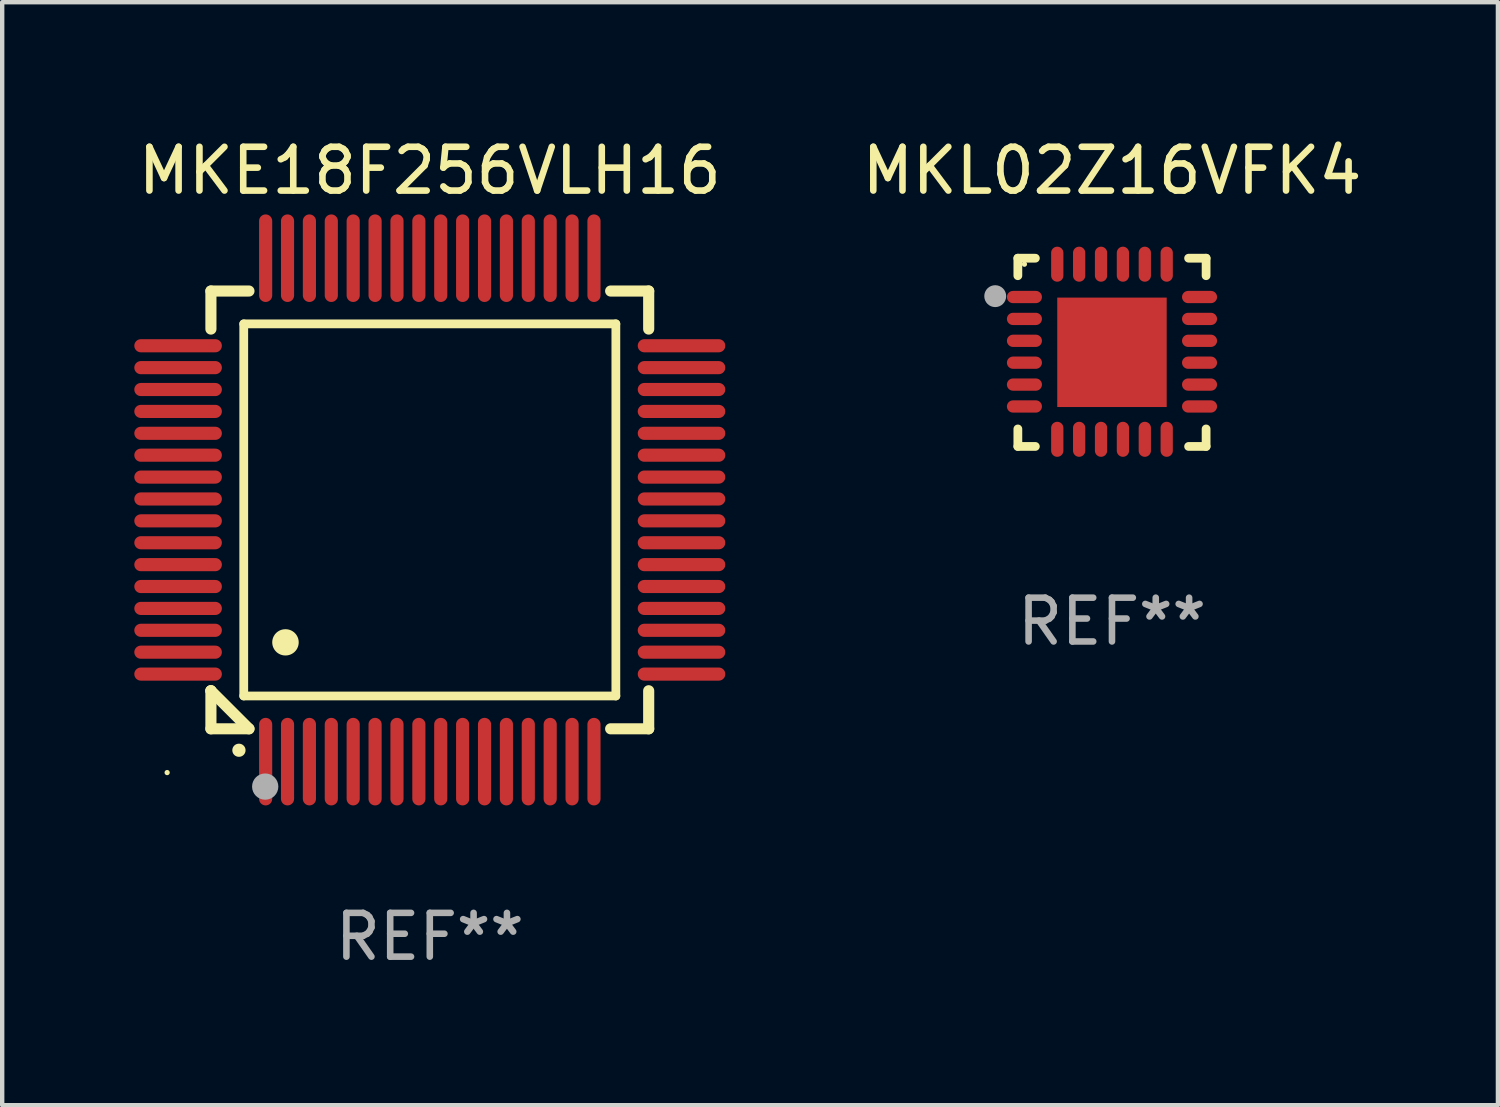
<source format=kicad_pcb>
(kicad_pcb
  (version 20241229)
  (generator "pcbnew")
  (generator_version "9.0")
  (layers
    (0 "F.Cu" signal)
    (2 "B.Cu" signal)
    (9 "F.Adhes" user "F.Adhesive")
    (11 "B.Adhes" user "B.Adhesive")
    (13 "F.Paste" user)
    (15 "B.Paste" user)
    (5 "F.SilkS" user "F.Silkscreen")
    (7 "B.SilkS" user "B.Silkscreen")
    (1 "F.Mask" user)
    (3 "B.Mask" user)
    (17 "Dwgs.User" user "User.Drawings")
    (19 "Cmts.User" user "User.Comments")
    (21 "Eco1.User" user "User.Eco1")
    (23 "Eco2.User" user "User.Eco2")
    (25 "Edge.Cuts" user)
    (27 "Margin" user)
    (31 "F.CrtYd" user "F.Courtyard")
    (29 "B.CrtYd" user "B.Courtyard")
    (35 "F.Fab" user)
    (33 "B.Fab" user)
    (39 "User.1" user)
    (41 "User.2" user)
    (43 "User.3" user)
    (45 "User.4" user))
  (footprint "MKL02Z16VFK4"
    (layer "F.Cu")
    (at 22.351 4.998)
    (property "Reference" "MKL02Z16VFK4" (at 0 -4.15 0) (layer "F.SilkS") (effects (font (size 1 1) (thickness 0.15))))
    (attr through_hole)
    (fp_line (start -2.15 -2.15) (end -1.75 -2.15) (stroke (width 0.2) (type solid)) (layer "F.SilkS"))
    (fp_line (start -2.15 -1.75) (end -2.15 -2.15) (stroke (width 0.2) (type solid)) (layer "F.SilkS"))
    (fp_line (start -2.15 2.15) (end -2.15 1.75) (stroke (width 0.2) (type solid)) (layer "F.SilkS"))
    (fp_line (start -1.75 2.15) (end -2.15 2.15) (stroke (width 0.2) (type solid)) (layer "F.SilkS"))
    (fp_line (start 1.75 -2.15) (end 2.15 -2.15) (stroke (width 0.2) (type solid)) (layer "F.SilkS"))
    (fp_line (start 1.75 2.15) (end 2.15 2.15) (stroke (width 0.2) (type solid)) (layer "F.SilkS"))
    (fp_line (start 2.15 -2.15) (end 2.15 -1.75) (stroke (width 0.2) (type solid)) (layer "F.SilkS"))
    (fp_line (start 2.15 2.15) (end 2.15 1.75) (stroke (width 0.2) (type solid)) (layer "F.SilkS"))
    (fp_circle (center -2 -2.013) (end -1.97 -2.013) (stroke (width 0.06) (type solid)) (fill no) (layer "F.SilkS"))
    (fp_circle (center -2.667 -1.283) (end -2.542 -1.283) (stroke (width 0.25) (type solid)) (fill no) (layer "F.Fab"))
    (fp_text user "REF**" (at 0 6.15 0) (layer "F.Fab") (effects (font (size 1 1) (thickness 0.15))))
    (pad "1" smd oval (at -2 -1.263) (size 0.8 0.28) (layers "F.Cu" "F.Mask" "F.Paste"))
    (pad "2" smd oval (at -2 -0.763) (size 0.8 0.28) (layers "F.Cu" "F.Mask" "F.Paste"))
    (pad "3" smd oval (at -2 -0.263) (size 0.8 0.28) (layers "F.Cu" "F.Mask" "F.Paste"))
    (pad "4" smd oval (at -2 0.237) (size 0.8 0.28) (layers "F.Cu" "F.Mask" "F.Paste"))
    (pad "5" smd oval (at -2 0.737) (size 0.8 0.28) (layers "F.Cu" "F.Mask" "F.Paste"))
    (pad "6" smd oval (at -2 1.237) (size 0.8 0.28) (layers "F.Cu" "F.Mask" "F.Paste"))
    (pad "7" smd oval (at -1.25 1.987) (size 0.28 0.8) (layers "F.Cu" "F.Mask" "F.Paste"))
    (pad "8" smd oval (at -0.75 1.987) (size 0.28 0.8) (layers "F.Cu" "F.Mask" "F.Paste"))
    (pad "9" smd oval (at -0.25 1.987) (size 0.28 0.8) (layers "F.Cu" "F.Mask" "F.Paste"))
    (pad "10" smd oval (at 0.25 1.987) (size 0.28 0.8) (layers "F.Cu" "F.Mask" "F.Paste"))
    (pad "11" smd oval (at 0.75 1.987) (size 0.28 0.8) (layers "F.Cu" "F.Mask" "F.Paste"))
    (pad "12" smd oval (at 1.25 1.987) (size 0.28 0.8) (layers "F.Cu" "F.Mask" "F.Paste"))
    (pad "13" smd oval (at 2 1.237) (size 0.8 0.28) (layers "F.Cu" "F.Mask" "F.Paste"))
    (pad "14" smd oval (at 2 0.737) (size 0.8 0.28) (layers "F.Cu" "F.Mask" "F.Paste"))
    (pad "15" smd oval (at 2 0.237) (size 0.8 0.28) (layers "F.Cu" "F.Mask" "F.Paste"))
    (pad "16" smd oval (at 2 -0.263) (size 0.8 0.28) (layers "F.Cu" "F.Mask" "F.Paste"))
    (pad "17" smd oval (at 2 -0.763) (size 0.8 0.28) (layers "F.Cu" "F.Mask" "F.Paste"))
    (pad "18" smd oval (at 2 -1.263) (size 0.8 0.28) (layers "F.Cu" "F.Mask" "F.Paste"))
    (pad "19" smd oval (at 1.25 -2.013) (size 0.28 0.8) (layers "F.Cu" "F.Mask" "F.Paste"))
    (pad "20" smd oval (at 0.75 -2.013) (size 0.28 0.8) (layers "F.Cu" "F.Mask" "F.Paste"))
    (pad "21" smd oval (at 0.25 -2.013) (size 0.28 0.8) (layers "F.Cu" "F.Mask" "F.Paste"))
    (pad "22" smd oval (at -0.25 -2.013) (size 0.28 0.8) (layers "F.Cu" "F.Mask" "F.Paste"))
    (pad "23" smd oval (at -0.75 -2.013) (size 0.28 0.8) (layers "F.Cu" "F.Mask" "F.Paste"))
    (pad "24" smd oval (at -1.25 -2.013) (size 0.28 0.8) (layers "F.Cu" "F.Mask" "F.Paste"))
    (pad "25" smd rect (at -0.000127 -0.00014) (size 2.5 2.5) (layers "F.Cu" "F.Mask" "F.Paste")))
  (footprint "MKE18F256VLH16"
    (layer "F.Cu")
    (at 6.768 8.598)
    (property "Reference" "MKE18F256VLH16" (at 0 -7.75 0) (layer "F.SilkS") (effects (font (size 1 1) (thickness 0.15))))
    (attr through_hole)
    (fp_line (start -5 -5) (end -4.131 -5) (stroke (width 0.254) (type solid)) (layer "F.SilkS"))
    (fp_line (start -5 -4.131) (end -5 -5) (stroke (width 0.254) (type solid)) (layer "F.SilkS"))
    (fp_line (start -5 4.131) (end -5 4.131) (stroke (width 0.254) (type solid)) (layer "F.SilkS"))
    (fp_line (start -5 5) (end -5 4.131) (stroke (width 0.254) (type solid)) (layer "F.SilkS"))
    (fp_line (start -5 4.131) (end -4.131 5) (stroke (width 0.254) (type solid)) (layer "F.SilkS"))
    (fp_line (start -4.25 -4.25) (end -4.25 4.25) (stroke (width 0.2) (type solid)) (layer "F.SilkS"))
    (fp_line (start -4.25 4.25) (end 4.25 4.25) (stroke (width 0.2) (type solid)) (layer "F.SilkS"))
    (fp_line (start -4.131 5) (end -5 5) (stroke (width 0.254) (type solid)) (layer "F.SilkS"))
    (fp_line (start 4.25 -4.25) (end -4.25 -4.25) (stroke (width 0.2) (type solid)) (layer "F.SilkS"))
    (fp_line (start 4.25 4.25) (end 4.25 -4.25) (stroke (width 0.2) (type solid)) (layer "F.SilkS"))
    (fp_line (start 5 -5) (end 4.131 -5) (stroke (width 0.254) (type solid)) (layer "F.SilkS"))
    (fp_line (start 5 -5) (end 5 -4.131) (stroke (width 0.254) (type solid)) (layer "F.SilkS"))
    (fp_line (start 5 4.131) (end 5 5) (stroke (width 0.254) (type solid)) (layer "F.SilkS"))
    (fp_line (start 5 5) (end 4.131 5) (stroke (width 0.254) (type solid)) (layer "F.SilkS"))
    (fp_arc (start -4.361265 5.489992) (mid -4.359995 5.489987) (end -4.358725 5.489992) (stroke (width 0.3) (type solid)) (layer "F.SilkS"))
    (fp_arc (start -3.299467 3.025146) (mid -3.296927 3.025135) (end -3.294387 3.025146) (stroke (width 0.6) (type solid)) (layer "F.SilkS"))
    (fp_circle (center -6 6) (end -5.97 6) (stroke (width 0.06) (type solid)) (fill no) (layer "F.SilkS"))
    (fp_circle (center -3.76 6.32) (end -3.61 6.32) (stroke (width 0.3) (type solid)) (fill no) (layer "F.Fab"))
    (fp_text user "REF**" (at 0 9.75 0) (layer "F.Fab") (effects (font (size 1 1) (thickness 0.15))))
    (pad "1" smd oval (at -3.75 5.75) (size 0.3 2) (layers "F.Cu" "F.Mask" "F.Paste"))
    (pad "2" smd oval (at -3.25 5.75) (size 0.3 2) (layers "F.Cu" "F.Mask" "F.Paste"))
    (pad "3" smd oval (at -2.75 5.75) (size 0.3 2) (layers "F.Cu" "F.Mask" "F.Paste"))
    (pad "4" smd oval (at -2.25 5.75) (size 0.3 2) (layers "F.Cu" "F.Mask" "F.Paste"))
    (pad "5" smd oval (at -1.75 5.75) (size 0.3 2) (layers "F.Cu" "F.Mask" "F.Paste"))
    (pad "6" smd oval (at -1.25 5.75) (size 0.3 2) (layers "F.Cu" "F.Mask" "F.Paste"))
    (pad "7" smd oval (at -0.75 5.75) (size 0.3 2) (layers "F.Cu" "F.Mask" "F.Paste"))
    (pad "8" smd oval (at -0.25 5.75) (size 0.3 2) (layers "F.Cu" "F.Mask" "F.Paste"))
    (pad "9" smd oval (at 0.25 5.75) (size 0.3 2) (layers "F.Cu" "F.Mask" "F.Paste"))
    (pad "10" smd oval (at 0.75 5.75) (size 0.3 2) (layers "F.Cu" "F.Mask" "F.Paste"))
    (pad "11" smd oval (at 1.25 5.75) (size 0.3 2) (layers "F.Cu" "F.Mask" "F.Paste"))
    (pad "12" smd oval (at 1.75 5.75) (size 0.3 2) (layers "F.Cu" "F.Mask" "F.Paste"))
    (pad "13" smd oval (at 2.25 5.75) (size 0.3 2) (layers "F.Cu" "F.Mask" "F.Paste"))
    (pad "14" smd oval (at 2.75 5.75) (size 0.3 2) (layers "F.Cu" "F.Mask" "F.Paste"))
    (pad "15" smd oval (at 3.25 5.75) (size 0.3 2) (layers "F.Cu" "F.Mask" "F.Paste"))
    (pad "16" smd oval (at 3.75 5.75) (size 0.3 2) (layers "F.Cu" "F.Mask" "F.Paste"))
    (pad "17" smd oval (at 5.75 3.75) (size 2 0.3) (layers "F.Cu" "F.Mask" "F.Paste"))
    (pad "18" smd oval (at 5.75 3.25) (size 2 0.3) (layers "F.Cu" "F.Mask" "F.Paste"))
    (pad "19" smd oval (at 5.75 2.75) (size 2 0.3) (layers "F.Cu" "F.Mask" "F.Paste"))
    (pad "20" smd oval (at 5.75 2.25) (size 2 0.3) (layers "F.Cu" "F.Mask" "F.Paste"))
    (pad "21" smd oval (at 5.75 1.75) (size 2 0.3) (layers "F.Cu" "F.Mask" "F.Paste"))
    (pad "22" smd oval (at 5.75 1.25) (size 2 0.3) (layers "F.Cu" "F.Mask" "F.Paste"))
    (pad "23" smd oval (at 5.75 0.75) (size 2 0.3) (layers "F.Cu" "F.Mask" "F.Paste"))
    (pad "24" smd oval (at 5.75 0.25) (size 2 0.3) (layers "F.Cu" "F.Mask" "F.Paste"))
    (pad "25" smd oval (at 5.75 -0.25) (size 2 0.3) (layers "F.Cu" "F.Mask" "F.Paste"))
    (pad "26" smd oval (at 5.75 -0.75) (size 2 0.3) (layers "F.Cu" "F.Mask" "F.Paste"))
    (pad "27" smd oval (at 5.75 -1.25) (size 2 0.3) (layers "F.Cu" "F.Mask" "F.Paste"))
    (pad "28" smd oval (at 5.75 -1.75) (size 2 0.3) (layers "F.Cu" "F.Mask" "F.Paste"))
    (pad "29" smd oval (at 5.75 -2.25) (size 2 0.3) (layers "F.Cu" "F.Mask" "F.Paste"))
    (pad "30" smd oval (at 5.75 -2.75) (size 2 0.3) (layers "F.Cu" "F.Mask" "F.Paste"))
    (pad "31" smd oval (at 5.75 -3.25) (size 2 0.3) (layers "F.Cu" "F.Mask" "F.Paste"))
    (pad "32" smd oval (at 5.75 -3.75) (size 2 0.3) (layers "F.Cu" "F.Mask" "F.Paste"))
    (pad "33" smd oval (at 3.75 -5.75) (size 0.3 2) (layers "F.Cu" "F.Mask" "F.Paste"))
    (pad "34" smd oval (at 3.25 -5.75) (size 0.3 2) (layers "F.Cu" "F.Mask" "F.Paste"))
    (pad "35" smd oval (at 2.75 -5.75) (size 0.3 2) (layers "F.Cu" "F.Mask" "F.Paste"))
    (pad "36" smd oval (at 2.25 -5.75) (size 0.3 2) (layers "F.Cu" "F.Mask" "F.Paste"))
    (pad "37" smd oval (at 1.75 -5.75) (size 0.3 2) (layers "F.Cu" "F.Mask" "F.Paste"))
    (pad "38" smd oval (at 1.25 -5.75) (size 0.3 2) (layers "F.Cu" "F.Mask" "F.Paste"))
    (pad "39" smd oval (at 0.75 -5.75) (size 0.3 2) (layers "F.Cu" "F.Mask" "F.Paste"))
    (pad "40" smd oval (at 0.25 -5.75) (size 0.3 2) (layers "F.Cu" "F.Mask" "F.Paste"))
    (pad "41" smd oval (at -0.25 -5.75) (size 0.3 2) (layers "F.Cu" "F.Mask" "F.Paste"))
    (pad "42" smd oval (at -0.75 -5.75) (size 0.3 2) (layers "F.Cu" "F.Mask" "F.Paste"))
    (pad "43" smd oval (at -1.25 -5.75) (size 0.3 2) (layers "F.Cu" "F.Mask" "F.Paste"))
    (pad "44" smd oval (at -1.75 -5.75) (size 0.3 2) (layers "F.Cu" "F.Mask" "F.Paste"))
    (pad "45" smd oval (at -2.25 -5.75) (size 0.3 2) (layers "F.Cu" "F.Mask" "F.Paste"))
    (pad "46" smd oval (at -2.75 -5.75) (size 0.3 2) (layers "F.Cu" "F.Mask" "F.Paste"))
    (pad "47" smd oval (at -3.25 -5.75) (size 0.3 2) (layers "F.Cu" "F.Mask" "F.Paste"))
    (pad "48" smd oval (at -3.75 -5.75) (size 0.3 2) (layers "F.Cu" "F.Mask" "F.Paste"))
    (pad "49" smd oval (at -5.75 -3.75) (size 2 0.3) (layers "F.Cu" "F.Mask" "F.Paste"))
    (pad "50" smd oval (at -5.75 -3.25) (size 2 0.3) (layers "F.Cu" "F.Mask" "F.Paste"))
    (pad "51" smd oval (at -5.75 -2.75) (size 2 0.3) (layers "F.Cu" "F.Mask" "F.Paste"))
    (pad "52" smd oval (at -5.75 -2.25) (size 2 0.3) (layers "F.Cu" "F.Mask" "F.Paste"))
    (pad "53" smd oval (at -5.75 -1.75) (size 2 0.3) (layers "F.Cu" "F.Mask" "F.Paste"))
    (pad "54" smd oval (at -5.75 -1.25) (size 2 0.3) (layers "F.Cu" "F.Mask" "F.Paste"))
    (pad "55" smd oval (at -5.75 -0.75) (size 2 0.3) (layers "F.Cu" "F.Mask" "F.Paste"))
    (pad "56" smd oval (at -5.75 -0.25) (size 2 0.3) (layers "F.Cu" "F.Mask" "F.Paste"))
    (pad "57" smd oval (at -5.75 0.25) (size 2 0.3) (layers "F.Cu" "F.Mask" "F.Paste"))
    (pad "58" smd oval (at -5.75 0.75) (size 2 0.3) (layers "F.Cu" "F.Mask" "F.Paste"))
    (pad "59" smd oval (at -5.75 1.25) (size 2 0.3) (layers "F.Cu" "F.Mask" "F.Paste"))
    (pad "60" smd oval (at -5.75 1.75) (size 2 0.3) (layers "F.Cu" "F.Mask" "F.Paste"))
    (pad "61" smd oval (at -5.75 2.25) (size 2 0.3) (layers "F.Cu" "F.Mask" "F.Paste"))
    (pad "62" smd oval (at -5.75 2.75) (size 2 0.3) (layers "F.Cu" "F.Mask" "F.Paste"))
    (pad "63" smd oval (at -5.75 3.25) (size 2 0.3) (layers "F.Cu" "F.Mask" "F.Paste"))
    (pad "64" smd oval (at -5.75 3.75) (size 2 0.3) (layers "F.Cu" "F.Mask" "F.Paste")))
  (gr_rect
    (start -3 -3)
    (end 31.167 22.196)
    (stroke (width 0.1) (type default))
    (fill no)
    (layer "Edge.Cuts")))
</source>
